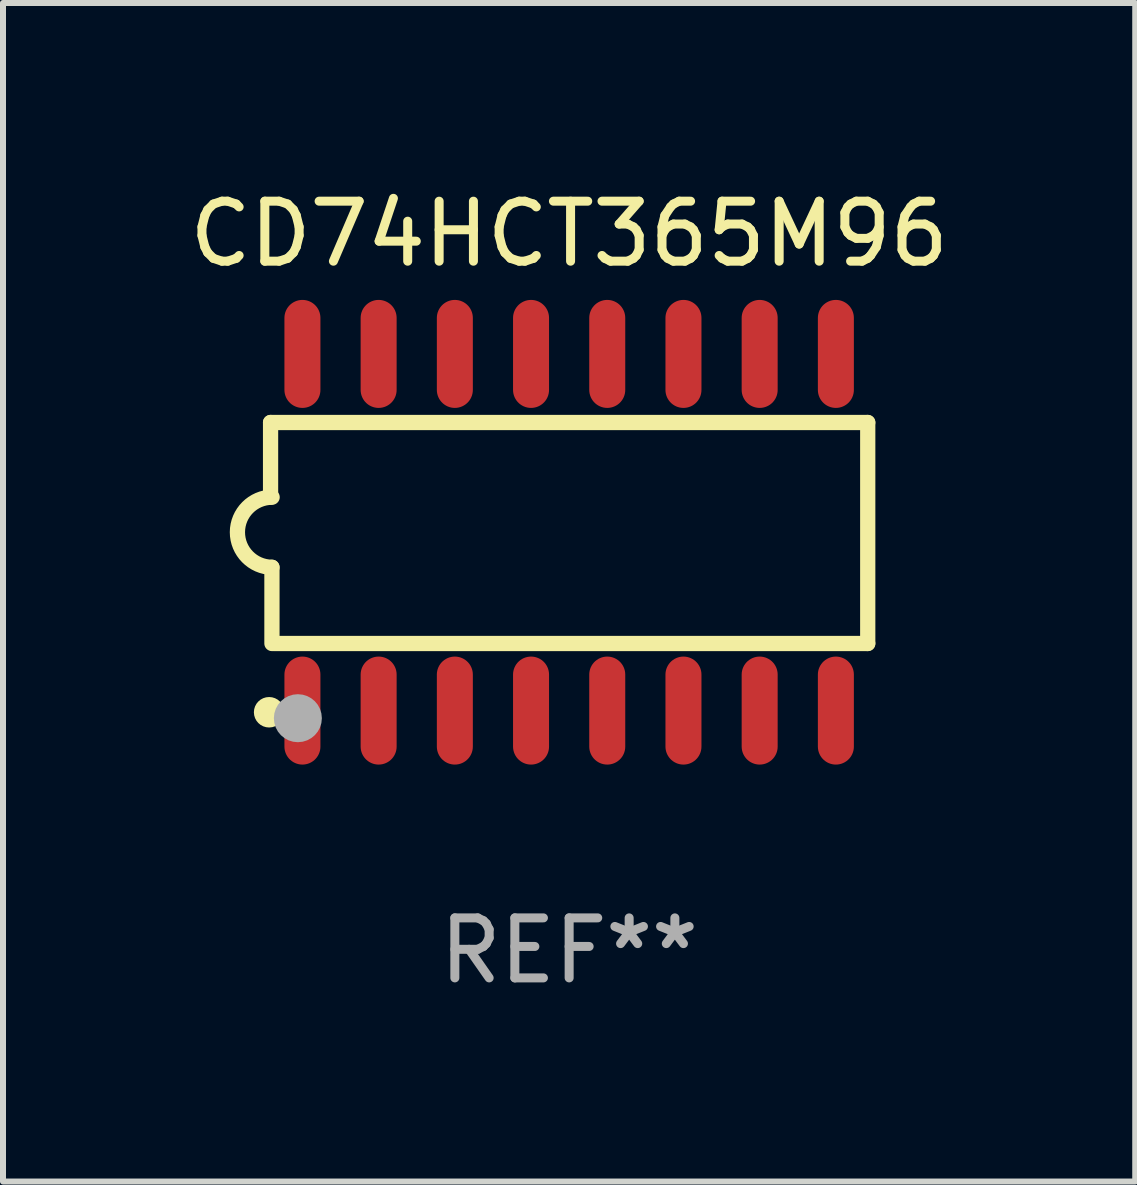
<source format=kicad_pcb>
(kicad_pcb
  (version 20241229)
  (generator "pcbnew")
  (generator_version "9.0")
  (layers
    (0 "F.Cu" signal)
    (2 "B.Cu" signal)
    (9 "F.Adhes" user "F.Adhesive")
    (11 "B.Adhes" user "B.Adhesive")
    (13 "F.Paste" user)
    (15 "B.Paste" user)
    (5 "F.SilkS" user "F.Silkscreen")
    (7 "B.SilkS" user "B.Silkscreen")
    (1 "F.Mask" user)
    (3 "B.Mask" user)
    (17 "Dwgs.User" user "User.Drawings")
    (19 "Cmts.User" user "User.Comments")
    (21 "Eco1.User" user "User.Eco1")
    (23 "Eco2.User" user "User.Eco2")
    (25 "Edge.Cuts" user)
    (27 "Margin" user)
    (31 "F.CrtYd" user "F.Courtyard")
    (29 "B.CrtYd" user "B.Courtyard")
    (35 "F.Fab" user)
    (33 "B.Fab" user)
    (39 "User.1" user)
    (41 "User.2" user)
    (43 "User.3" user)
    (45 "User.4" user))
  (footprint "CD74HCT365M96"
    (layer "F.Cu")
    (at 6.435 5.82)
    (property "Reference" "CD74HCT365M96" (at 0 -4.972 0) (layer "F.SilkS") (effects (font (size 1 1) (thickness 0.15))))
    (attr through_hole)
    (fp_line (start -4.976 -1.829) (end -4.976 -0.584) (stroke (width 0.254) (type solid)) (layer "F.SilkS"))
    (fp_line (start -4.953 0.584) (end -4.953 1.854) (stroke (width 0.254) (type solid)) (layer "F.SilkS"))
    (fp_line (start -4.928 1.854) (end 4.976 1.854) (stroke (width 0.254) (type solid)) (layer "F.SilkS"))
    (fp_line (start 4.976 -1.829) (end -4.976 -1.829) (stroke (width 0.254) (type solid)) (layer "F.SilkS"))
    (fp_line (start 4.976 1.854) (end 4.976 -1.829) (stroke (width 0.254) (type solid)) (layer "F.SilkS"))
    (fp_arc (start -4.95301 0.584201) (mid -5.533866 -0.00152) (end -4.950088 -0.584329) (stroke (width 0.254001) (type solid)) (layer "F.SilkS"))
    (fp_circle (center -5 3) (end -4.873 3) (stroke (width 0.254) (type solid)) (fill no) (layer "F.SilkS"))
    (fp_circle (center -4.521 3.099) (end -4.321 3.099) (stroke (width 0.4) (type solid)) (fill no) (layer "F.Fab"))
    (fp_text user "REF**" (at 0 6.972 0) (layer "F.Fab") (effects (font (size 1 1) (thickness 0.15))))
    (pad "1" smd oval (at -4.445 2.972 180) (size 0.6 1.8) (layers "F.Cu" "F.Mask" "F.Paste"))
    (pad "2" smd oval (at -3.175 2.972 180) (size 0.6 1.8) (layers "F.Cu" "F.Mask" "F.Paste"))
    (pad "3" smd oval (at -1.905 2.972 180) (size 0.6 1.8) (layers "F.Cu" "F.Mask" "F.Paste"))
    (pad "4" smd oval (at -0.635 2.972 180) (size 0.6 1.8) (layers "F.Cu" "F.Mask" "F.Paste"))
    (pad "5" smd oval (at 0.635 2.972 180) (size 0.6 1.8) (layers "F.Cu" "F.Mask" "F.Paste"))
    (pad "6" smd oval (at 1.905 2.972 180) (size 0.6 1.8) (layers "F.Cu" "F.Mask" "F.Paste"))
    (pad "7" smd oval (at 3.175 2.972 180) (size 0.6 1.8) (layers "F.Cu" "F.Mask" "F.Paste"))
    (pad "8" smd oval (at 4.445 2.972 180) (size 0.6 1.8) (layers "F.Cu" "F.Mask" "F.Paste"))
    (pad "9" smd oval (at 4.445 -2.972 180) (size 0.6 1.8) (layers "F.Cu" "F.Mask" "F.Paste"))
    (pad "10" smd oval (at 3.175 -2.972 180) (size 0.6 1.8) (layers "F.Cu" "F.Mask" "F.Paste"))
    (pad "11" smd oval (at 1.905 -2.972 180) (size 0.6 1.8) (layers "F.Cu" "F.Mask" "F.Paste"))
    (pad "12" smd oval (at 0.635 -2.972 180) (size 0.6 1.8) (layers "F.Cu" "F.Mask" "F.Paste"))
    (pad "13" smd oval (at -0.635 -2.972 180) (size 0.6 1.8) (layers "F.Cu" "F.Mask" "F.Paste"))
    (pad "14" smd oval (at -1.905 -2.972 180) (size 0.6 1.8) (layers "F.Cu" "F.Mask" "F.Paste"))
    (pad "15" smd oval (at -3.175 -2.972 180) (size 0.6 1.8) (layers "F.Cu" "F.Mask" "F.Paste"))
    (pad "16" smd oval (at -4.445 -2.972 180) (size 0.6 1.8) (layers "F.Cu" "F.Mask" "F.Paste")))
  (gr_rect
    (start -3 -3)
    (end 15.869 16.64)
    (stroke (width 0.1) (type default))
    (fill no)
    (layer "Edge.Cuts")))
</source>
